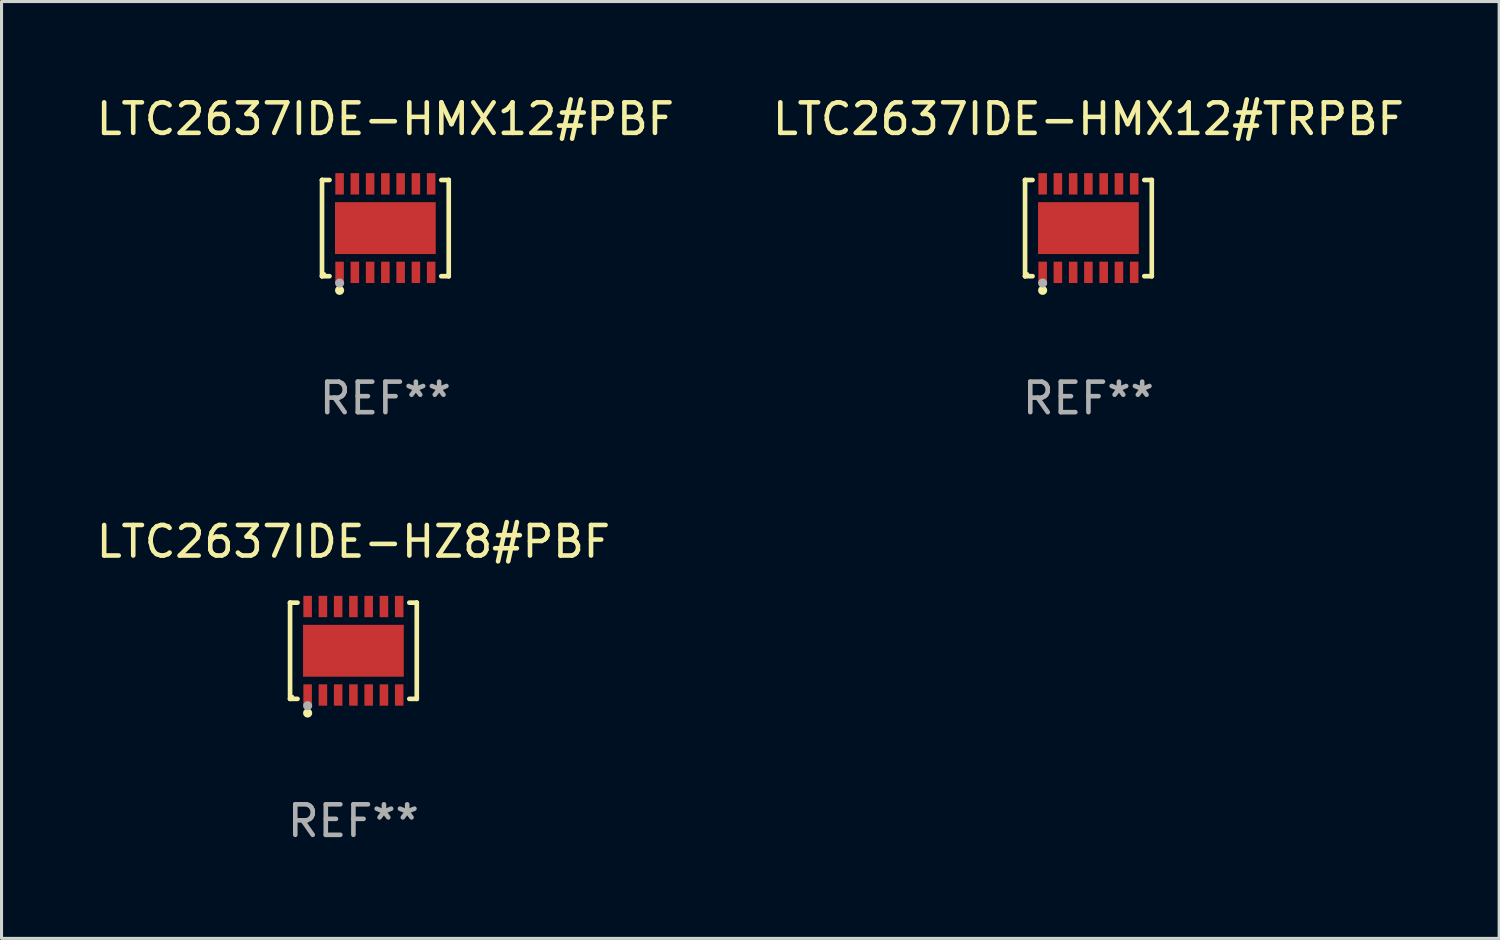
<source format=kicad_pcb>
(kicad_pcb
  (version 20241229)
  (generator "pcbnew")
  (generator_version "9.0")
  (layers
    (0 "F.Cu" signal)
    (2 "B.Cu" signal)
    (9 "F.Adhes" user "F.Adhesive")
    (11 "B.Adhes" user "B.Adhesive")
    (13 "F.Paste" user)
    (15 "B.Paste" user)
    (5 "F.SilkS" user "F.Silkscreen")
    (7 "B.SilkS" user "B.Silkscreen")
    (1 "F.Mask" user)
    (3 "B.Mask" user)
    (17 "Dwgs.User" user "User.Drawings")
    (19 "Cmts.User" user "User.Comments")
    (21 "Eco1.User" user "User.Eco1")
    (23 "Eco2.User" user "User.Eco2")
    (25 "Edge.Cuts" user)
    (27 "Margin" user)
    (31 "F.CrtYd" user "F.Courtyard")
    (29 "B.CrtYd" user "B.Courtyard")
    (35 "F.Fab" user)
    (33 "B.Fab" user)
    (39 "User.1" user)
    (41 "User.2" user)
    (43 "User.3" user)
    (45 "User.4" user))
  (footprint "LTC2637IDE-HZ8#PBF"
    (layer "F.Cu")
    (at 8.53 18.273)
    (property "Reference" "LTC2637IDE-HZ8#PBF" (at 0 -3.576 0) (layer "F.SilkS") (effects (font (size 1 1) (thickness 0.15))))
    (attr through_hole)
    (fp_line (start -2.076 -1.576) (end -2.076 -1.576) (stroke (width 0.152) (type solid)) (layer "F.SilkS"))
    (fp_line (start -2.076 -1.576) (end -1.831 -1.576) (stroke (width 0.152) (type solid)) (layer "F.SilkS"))
    (fp_line (start -2.076 1.576) (end -2.076 -1.576) (stroke (width 0.152) (type solid)) (layer "F.SilkS"))
    (fp_line (start -2.076 1.576) (end -2.076 1.576) (stroke (width 0.152) (type solid)) (layer "F.SilkS"))
    (fp_line (start -1.831 1.576) (end -2.076 1.576) (stroke (width 0.152) (type solid)) (layer "F.SilkS"))
    (fp_line (start 1.831 1.576) (end 2.076 1.576) (stroke (width 0.152) (type solid)) (layer "F.SilkS"))
    (fp_line (start 2.076 -1.576) (end 1.831 -1.576) (stroke (width 0.152) (type solid)) (layer "F.SilkS"))
    (fp_line (start 2.076 -1.576) (end 2.076 -1.576) (stroke (width 0.152) (type solid)) (layer "F.SilkS"))
    (fp_line (start 2.076 1.576) (end 2.076 -1.576) (stroke (width 0.152) (type solid)) (layer "F.SilkS"))
    (fp_line (start 2.076 1.576) (end 2.076 1.576) (stroke (width 0.152) (type solid)) (layer "F.SilkS"))
    (fp_circle (center -2 1.5) (end -1.97 1.5) (stroke (width 0.06) (type solid)) (fill no) (layer "F.SilkS"))
    (fp_circle (center -1.5 2.04) (end -1.425 2.04) (stroke (width 0.15) (type solid)) (fill no) (layer "F.SilkS"))
    (fp_circle (center -1.5 1.8) (end -1.425 1.8) (stroke (width 0.15) (type solid)) (fill no) (layer "F.Fab"))
    (fp_text user "REF**" (at 0 5.576 0) (layer "F.Fab") (effects (font (size 1 1) (thickness 0.15))))
    (pad "1" smd rect (at -1.5 1.45) (size 0.28 0.7) (layers "F.Cu" "F.Mask" "F.Paste"))
    (pad "2" smd rect (at -1 1.45) (size 0.28 0.7) (layers "F.Cu" "F.Mask" "F.Paste"))
    (pad "3" smd rect (at -0.5 1.45) (size 0.28 0.7) (layers "F.Cu" "F.Mask" "F.Paste"))
    (pad "4" smd rect (at 0 1.45) (size 0.28 0.7) (layers "F.Cu" "F.Mask" "F.Paste"))
    (pad "5" smd rect (at 0.5 1.45) (size 0.28 0.7) (layers "F.Cu" "F.Mask" "F.Paste"))
    (pad "6" smd rect (at 1 1.45) (size 0.28 0.7) (layers "F.Cu" "F.Mask" "F.Paste"))
    (pad "7" smd rect (at 1.5 1.45) (size 0.28 0.7) (layers "F.Cu" "F.Mask" "F.Paste"))
    (pad "8" smd rect (at 1.5 -1.45) (size 0.28 0.7) (layers "F.Cu" "F.Mask" "F.Paste"))
    (pad "9" smd rect (at 1 -1.45) (size 0.28 0.7) (layers "F.Cu" "F.Mask" "F.Paste"))
    (pad "10" smd rect (at 0.5 -1.45) (size 0.28 0.7) (layers "F.Cu" "F.Mask" "F.Paste"))
    (pad "11" smd rect (at 0 -1.45) (size 0.28 0.7) (layers "F.Cu" "F.Mask" "F.Paste"))
    (pad "12" smd rect (at -0.5 -1.45) (size 0.28 0.7) (layers "F.Cu" "F.Mask" "F.Paste"))
    (pad "13" smd rect (at -1 -1.45) (size 0.28 0.7) (layers "F.Cu" "F.Mask" "F.Paste"))
    (pad "14" smd rect (at -1.5 -1.45) (size 0.28 0.7) (layers "F.Cu" "F.Mask" "F.Paste"))
    (pad "15" smd rect (at 0 0) (size 3.3 1.7) (layers "F.Cu" "F.Mask" "F.Paste")))
  (footprint "LTC2637IDE-HMX12#TRPBF"
    (layer "F.Cu")
    (at 32.613 4.424)
    (property "Reference" "LTC2637IDE-HMX12#TRPBF" (at 0 -3.576 0) (layer "F.SilkS") (effects (font (size 1 1) (thickness 0.15))))
    (attr through_hole)
    (fp_line (start -2.076 -1.576) (end -2.076 -1.576) (stroke (width 0.152) (type solid)) (layer "F.SilkS"))
    (fp_line (start -2.076 -1.576) (end -1.831 -1.576) (stroke (width 0.152) (type solid)) (layer "F.SilkS"))
    (fp_line (start -2.076 1.576) (end -2.076 -1.576) (stroke (width 0.152) (type solid)) (layer "F.SilkS"))
    (fp_line (start -2.076 1.576) (end -2.076 1.576) (stroke (width 0.152) (type solid)) (layer "F.SilkS"))
    (fp_line (start -1.831 1.576) (end -2.076 1.576) (stroke (width 0.152) (type solid)) (layer "F.SilkS"))
    (fp_line (start 1.831 1.576) (end 2.076 1.576) (stroke (width 0.152) (type solid)) (layer "F.SilkS"))
    (fp_line (start 2.076 -1.576) (end 1.831 -1.576) (stroke (width 0.152) (type solid)) (layer "F.SilkS"))
    (fp_line (start 2.076 -1.576) (end 2.076 -1.576) (stroke (width 0.152) (type solid)) (layer "F.SilkS"))
    (fp_line (start 2.076 1.576) (end 2.076 -1.576) (stroke (width 0.152) (type solid)) (layer "F.SilkS"))
    (fp_line (start 2.076 1.576) (end 2.076 1.576) (stroke (width 0.152) (type solid)) (layer "F.SilkS"))
    (fp_circle (center -2 1.5) (end -1.97 1.5) (stroke (width 0.06) (type solid)) (fill no) (layer "F.SilkS"))
    (fp_circle (center -1.5 2.04) (end -1.425 2.04) (stroke (width 0.15) (type solid)) (fill no) (layer "F.SilkS"))
    (fp_circle (center -1.5 1.8) (end -1.425 1.8) (stroke (width 0.15) (type solid)) (fill no) (layer "F.Fab"))
    (fp_text user "REF**" (at 0 5.576 0) (layer "F.Fab") (effects (font (size 1 1) (thickness 0.15))))
    (pad "1" smd rect (at -1.5 1.45) (size 0.28 0.7) (layers "F.Cu" "F.Mask" "F.Paste"))
    (pad "2" smd rect (at -1 1.45) (size 0.28 0.7) (layers "F.Cu" "F.Mask" "F.Paste"))
    (pad "3" smd rect (at -0.5 1.45) (size 0.28 0.7) (layers "F.Cu" "F.Mask" "F.Paste"))
    (pad "4" smd rect (at 0 1.45) (size 0.28 0.7) (layers "F.Cu" "F.Mask" "F.Paste"))
    (pad "5" smd rect (at 0.5 1.45) (size 0.28 0.7) (layers "F.Cu" "F.Mask" "F.Paste"))
    (pad "6" smd rect (at 1 1.45) (size 0.28 0.7) (layers "F.Cu" "F.Mask" "F.Paste"))
    (pad "7" smd rect (at 1.5 1.45) (size 0.28 0.7) (layers "F.Cu" "F.Mask" "F.Paste"))
    (pad "8" smd rect (at 1.5 -1.45) (size 0.28 0.7) (layers "F.Cu" "F.Mask" "F.Paste"))
    (pad "9" smd rect (at 1 -1.45) (size 0.28 0.7) (layers "F.Cu" "F.Mask" "F.Paste"))
    (pad "10" smd rect (at 0.5 -1.45) (size 0.28 0.7) (layers "F.Cu" "F.Mask" "F.Paste"))
    (pad "11" smd rect (at 0 -1.45) (size 0.28 0.7) (layers "F.Cu" "F.Mask" "F.Paste"))
    (pad "12" smd rect (at -0.5 -1.45) (size 0.28 0.7) (layers "F.Cu" "F.Mask" "F.Paste"))
    (pad "13" smd rect (at -1 -1.45) (size 0.28 0.7) (layers "F.Cu" "F.Mask" "F.Paste"))
    (pad "14" smd rect (at -1.5 -1.45) (size 0.28 0.7) (layers "F.Cu" "F.Mask" "F.Paste"))
    (pad "15" smd rect (at 0 0) (size 3.3 1.7) (layers "F.Cu" "F.Mask" "F.Paste")))
  (footprint "LTC2637IDE-HMX12#PBF"
    (layer "F.Cu")
    (at 9.577 4.424)
    (property "Reference" "LTC2637IDE-HMX12#PBF" (at 0 -3.576 0) (layer "F.SilkS") (effects (font (size 1 1) (thickness 0.15))))
    (attr through_hole)
    (fp_line (start -2.076 -1.576) (end -2.076 -1.576) (stroke (width 0.152) (type solid)) (layer "F.SilkS"))
    (fp_line (start -2.076 -1.576) (end -1.831 -1.576) (stroke (width 0.152) (type solid)) (layer "F.SilkS"))
    (fp_line (start -2.076 1.576) (end -2.076 -1.576) (stroke (width 0.152) (type solid)) (layer "F.SilkS"))
    (fp_line (start -2.076 1.576) (end -2.076 1.576) (stroke (width 0.152) (type solid)) (layer "F.SilkS"))
    (fp_line (start -1.831 1.576) (end -2.076 1.576) (stroke (width 0.152) (type solid)) (layer "F.SilkS"))
    (fp_line (start 1.831 1.576) (end 2.076 1.576) (stroke (width 0.152) (type solid)) (layer "F.SilkS"))
    (fp_line (start 2.076 -1.576) (end 1.831 -1.576) (stroke (width 0.152) (type solid)) (layer "F.SilkS"))
    (fp_line (start 2.076 -1.576) (end 2.076 -1.576) (stroke (width 0.152) (type solid)) (layer "F.SilkS"))
    (fp_line (start 2.076 1.576) (end 2.076 -1.576) (stroke (width 0.152) (type solid)) (layer "F.SilkS"))
    (fp_line (start 2.076 1.576) (end 2.076 1.576) (stroke (width 0.152) (type solid)) (layer "F.SilkS"))
    (fp_circle (center -2 1.5) (end -1.97 1.5) (stroke (width 0.06) (type solid)) (fill no) (layer "F.SilkS"))
    (fp_circle (center -1.5 2.04) (end -1.425 2.04) (stroke (width 0.15) (type solid)) (fill no) (layer "F.SilkS"))
    (fp_circle (center -1.5 1.8) (end -1.425 1.8) (stroke (width 0.15) (type solid)) (fill no) (layer "F.Fab"))
    (fp_text user "REF**" (at 0 5.576 0) (layer "F.Fab") (effects (font (size 1 1) (thickness 0.15))))
    (pad "1" smd rect (at -1.5 1.45) (size 0.28 0.7) (layers "F.Cu" "F.Mask" "F.Paste"))
    (pad "2" smd rect (at -1 1.45) (size 0.28 0.7) (layers "F.Cu" "F.Mask" "F.Paste"))
    (pad "3" smd rect (at -0.5 1.45) (size 0.28 0.7) (layers "F.Cu" "F.Mask" "F.Paste"))
    (pad "4" smd rect (at 0 1.45) (size 0.28 0.7) (layers "F.Cu" "F.Mask" "F.Paste"))
    (pad "5" smd rect (at 0.5 1.45) (size 0.28 0.7) (layers "F.Cu" "F.Mask" "F.Paste"))
    (pad "6" smd rect (at 1 1.45) (size 0.28 0.7) (layers "F.Cu" "F.Mask" "F.Paste"))
    (pad "7" smd rect (at 1.5 1.45) (size 0.28 0.7) (layers "F.Cu" "F.Mask" "F.Paste"))
    (pad "8" smd rect (at 1.5 -1.45) (size 0.28 0.7) (layers "F.Cu" "F.Mask" "F.Paste"))
    (pad "9" smd rect (at 1 -1.45) (size 0.28 0.7) (layers "F.Cu" "F.Mask" "F.Paste"))
    (pad "10" smd rect (at 0.5 -1.45) (size 0.28 0.7) (layers "F.Cu" "F.Mask" "F.Paste"))
    (pad "11" smd rect (at 0 -1.45) (size 0.28 0.7) (layers "F.Cu" "F.Mask" "F.Paste"))
    (pad "12" smd rect (at -0.5 -1.45) (size 0.28 0.7) (layers "F.Cu" "F.Mask" "F.Paste"))
    (pad "13" smd rect (at -1 -1.45) (size 0.28 0.7) (layers "F.Cu" "F.Mask" "F.Paste"))
    (pad "14" smd rect (at -1.5 -1.45) (size 0.28 0.7) (layers "F.Cu" "F.Mask" "F.Paste"))
    (pad "15" smd rect (at 0 0) (size 3.3 1.7) (layers "F.Cu" "F.Mask" "F.Paste")))
  (gr_rect
    (start -3 -3)
    (end 46.071 27.698)
    (stroke (width 0.1) (type default))
    (fill no)
    (layer "Edge.Cuts")))
</source>
